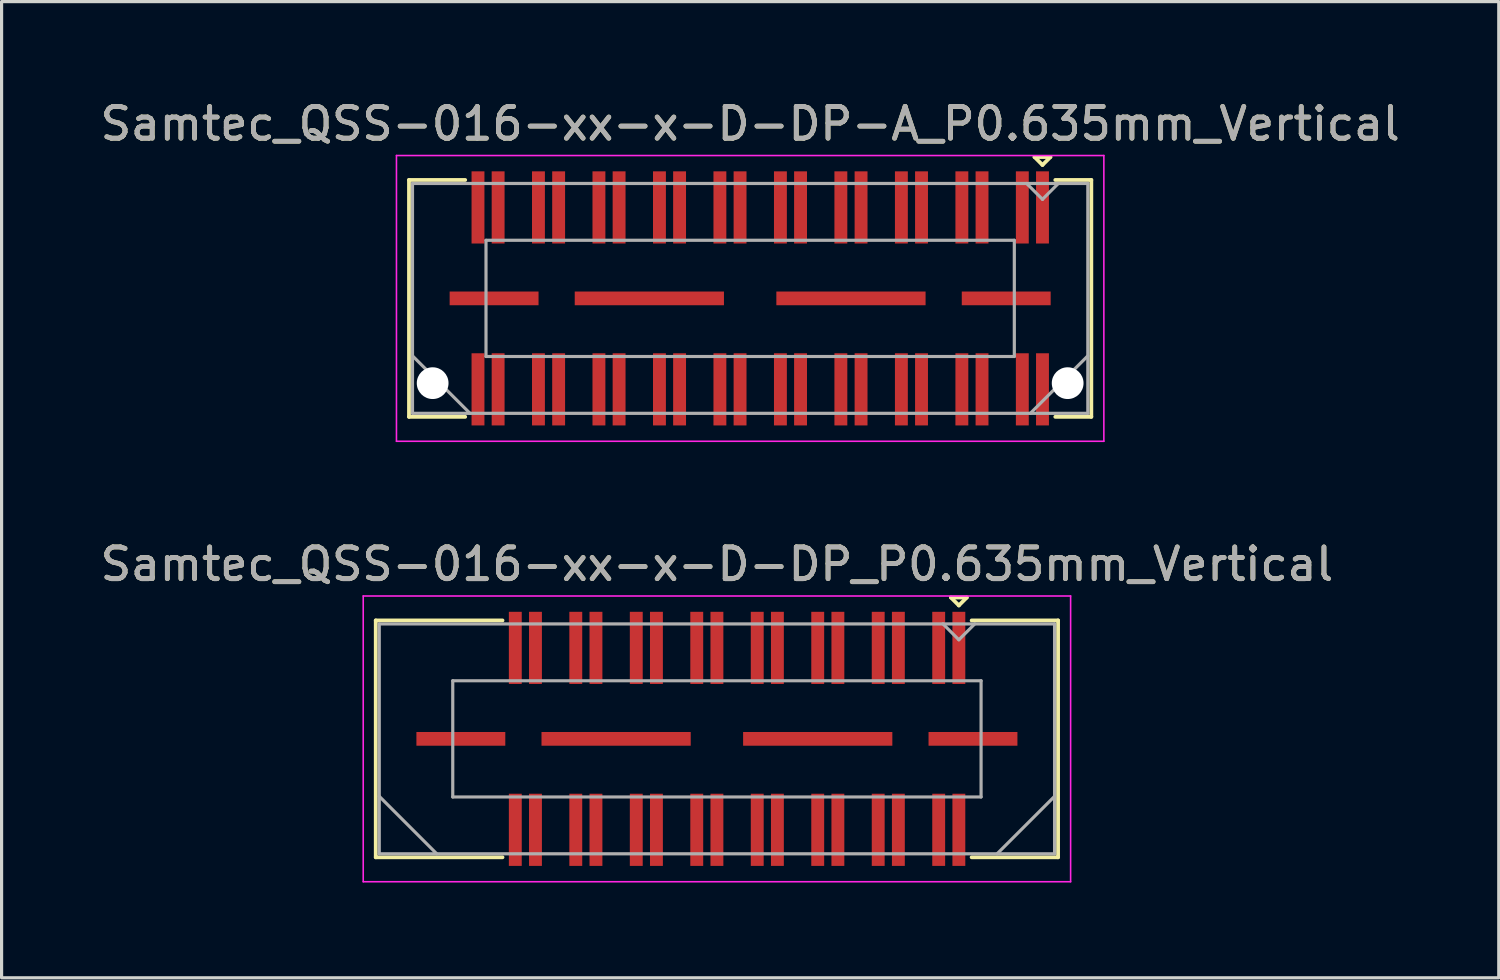
<source format=kicad_pcb>
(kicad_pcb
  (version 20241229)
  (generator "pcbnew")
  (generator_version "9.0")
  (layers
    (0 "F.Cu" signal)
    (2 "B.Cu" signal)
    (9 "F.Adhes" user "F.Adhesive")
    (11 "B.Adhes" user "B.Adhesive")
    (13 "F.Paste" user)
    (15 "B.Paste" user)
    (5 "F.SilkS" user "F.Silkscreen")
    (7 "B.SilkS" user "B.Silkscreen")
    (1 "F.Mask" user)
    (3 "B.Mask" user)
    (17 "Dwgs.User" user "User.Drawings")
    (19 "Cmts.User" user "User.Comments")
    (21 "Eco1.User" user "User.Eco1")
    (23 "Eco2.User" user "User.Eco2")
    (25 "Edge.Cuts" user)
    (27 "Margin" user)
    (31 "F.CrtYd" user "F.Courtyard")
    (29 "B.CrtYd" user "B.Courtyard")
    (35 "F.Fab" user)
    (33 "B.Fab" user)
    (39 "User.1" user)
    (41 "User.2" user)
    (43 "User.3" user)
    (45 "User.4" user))
  (footprint "Samtec_QSS-016-xx-x-D-DP_P0.635mm_Vertical"
    (layer "F.Cu")
    (at 19.53 20.221)
    (property "Reference" "Samtec_QSS-016-xx-x-D-DP_P0.635mm_Vertical" (at 0 -5.5 0) (layer "F.SilkS") (effects (font (size 1 1) (thickness 0.15))))
    (attr smd)
    (fp_line (start -10.745 -3.73) (end -6.753 -3.73) (stroke (width 0.12) (type solid)) (layer "F.SilkS"))
    (fp_line (start -10.745 3.73) (end -10.745 -3.73) (stroke (width 0.12) (type solid)) (layer "F.SilkS"))
    (fp_line (start -6.753 3.73) (end -10.745 3.73) (stroke (width 0.12) (type solid)) (layer "F.SilkS"))
    (fp_line (start 7.37 -4.452) (end 7.87 -4.452) (stroke (width 0.12) (type solid)) (layer "F.SilkS"))
    (fp_line (start 7.62 -4.202) (end 7.37 -4.452) (stroke (width 0.12) (type solid)) (layer "F.SilkS"))
    (fp_line (start 7.87 -4.452) (end 7.62 -4.202) (stroke (width 0.12) (type solid)) (layer "F.SilkS"))
    (fp_line (start 8.023 3.73) (end 10.745 3.73) (stroke (width 0.12) (type solid)) (layer "F.SilkS"))
    (fp_line (start 10.745 -3.73) (end 8.023 -3.73) (stroke (width 0.12) (type solid)) (layer "F.SilkS"))
    (fp_line (start 10.745 3.73) (end 10.745 -3.73) (stroke (width 0.12) (type solid)) (layer "F.SilkS"))
    (fp_line (start -11.14 -4.5) (end -11.14 4.5) (stroke (width 0.05) (type solid)) (layer "F.CrtYd"))
    (fp_line (start -11.14 4.5) (end 11.14 4.5) (stroke (width 0.05) (type solid)) (layer "F.CrtYd"))
    (fp_line (start 11.14 -4.5) (end -11.14 -4.5) (stroke (width 0.05) (type solid)) (layer "F.CrtYd"))
    (fp_line (start 11.14 4.5) (end 11.14 -4.5) (stroke (width 0.05) (type solid)) (layer "F.CrtYd"))
    (fp_line (start -10.635 -3.62) (end -10.635 3.62) (stroke (width 0.1) (type solid)) (layer "F.Fab"))
    (fp_line (start -10.635 1.81) (end -8.825 3.62) (stroke (width 0.1) (type solid)) (layer "F.Fab"))
    (fp_line (start -10.635 3.62) (end 10.635 3.62) (stroke (width 0.1) (type solid)) (layer "F.Fab"))
    (fp_line (start -8.32 -1.83) (end -8.32 1.83) (stroke (width 0.1) (type solid)) (layer "F.Fab"))
    (fp_line (start -8.32 1.83) (end 8.32 1.83) (stroke (width 0.1) (type solid)) (layer "F.Fab"))
    (fp_line (start 7.62 -3.12) (end 7.12 -3.62) (stroke (width 0.1) (type solid)) (layer "F.Fab"))
    (fp_line (start 8.12 -3.62) (end 7.62 -3.12) (stroke (width 0.1) (type solid)) (layer "F.Fab"))
    (fp_line (start 8.32 -1.83) (end -8.32 -1.83) (stroke (width 0.1) (type solid)) (layer "F.Fab"))
    (fp_line (start 8.32 1.83) (end 8.32 -1.83) (stroke (width 0.1) (type solid)) (layer "F.Fab"))
    (fp_line (start 10.635 -3.62) (end -10.635 -3.62) (stroke (width 0.1) (type solid)) (layer "F.Fab"))
    (fp_line (start 10.635 1.81) (end 8.825 3.62) (stroke (width 0.1) (type solid)) (layer "F.Fab"))
    (fp_line (start 10.635 3.62) (end 10.635 -3.62) (stroke (width 0.1) (type solid)) (layer "F.Fab"))
    (fp_text user "${REFERENCE}" (at 0 -5.5 0) (layer "F.Fab") (effects (font (size 1 1) (thickness 0.15))))
    (pad "1" smd rect (at 7.62 -2.865) (size 0.406 2.273) (layers "F.Cu" "F.Mask" "F.Paste"))
    (pad "2" smd rect (at 7.62 2.865) (size 0.406 2.273) (layers "F.Cu" "F.Mask" "F.Paste"))
    (pad "3" smd rect (at 6.985 -2.865) (size 0.406 2.273) (layers "F.Cu" "F.Mask" "F.Paste"))
    (pad "4" smd rect (at 6.985 2.865) (size 0.406 2.273) (layers "F.Cu" "F.Mask" "F.Paste"))
    (pad "5" smd rect (at 5.715 -2.865) (size 0.406 2.273) (layers "F.Cu" "F.Mask" "F.Paste"))
    (pad "6" smd rect (at 5.715 2.865) (size 0.406 2.273) (layers "F.Cu" "F.Mask" "F.Paste"))
    (pad "7" smd rect (at 5.08 -2.865) (size 0.406 2.273) (layers "F.Cu" "F.Mask" "F.Paste"))
    (pad "8" smd rect (at 5.08 2.865) (size 0.406 2.273) (layers "F.Cu" "F.Mask" "F.Paste"))
    (pad "9" smd rect (at 3.81 -2.865) (size 0.406 2.273) (layers "F.Cu" "F.Mask" "F.Paste"))
    (pad "10" smd rect (at 3.81 2.865) (size 0.406 2.273) (layers "F.Cu" "F.Mask" "F.Paste"))
    (pad "11" smd rect (at 3.175 -2.865) (size 0.406 2.273) (layers "F.Cu" "F.Mask" "F.Paste"))
    (pad "12" smd rect (at 3.175 2.865) (size 0.406 2.273) (layers "F.Cu" "F.Mask" "F.Paste"))
    (pad "13" smd rect (at 1.905 -2.865) (size 0.406 2.273) (layers "F.Cu" "F.Mask" "F.Paste"))
    (pad "14" smd rect (at 1.905 2.865) (size 0.406 2.273) (layers "F.Cu" "F.Mask" "F.Paste"))
    (pad "15" smd rect (at 1.27 -2.865) (size 0.406 2.273) (layers "F.Cu" "F.Mask" "F.Paste"))
    (pad "16" smd rect (at 1.27 2.865) (size 0.406 2.273) (layers "F.Cu" "F.Mask" "F.Paste"))
    (pad "17" smd rect (at 0 -2.865) (size 0.406 2.273) (layers "F.Cu" "F.Mask" "F.Paste"))
    (pad "18" smd rect (at 0 2.865) (size 0.406 2.273) (layers "F.Cu" "F.Mask" "F.Paste"))
    (pad "19" smd rect (at -0.635 -2.865) (size 0.406 2.273) (layers "F.Cu" "F.Mask" "F.Paste"))
    (pad "20" smd rect (at -0.635 2.865) (size 0.406 2.273) (layers "F.Cu" "F.Mask" "F.Paste"))
    (pad "21" smd rect (at -1.905 -2.865) (size 0.406 2.273) (layers "F.Cu" "F.Mask" "F.Paste"))
    (pad "22" smd rect (at -1.905 2.865) (size 0.406 2.273) (layers "F.Cu" "F.Mask" "F.Paste"))
    (pad "23" smd rect (at -2.54 -2.865) (size 0.406 2.273) (layers "F.Cu" "F.Mask" "F.Paste"))
    (pad "24" smd rect (at -2.54 2.865) (size 0.406 2.273) (layers "F.Cu" "F.Mask" "F.Paste"))
    (pad "25" smd rect (at -3.81 -2.865) (size 0.406 2.273) (layers "F.Cu" "F.Mask" "F.Paste"))
    (pad "26" smd rect (at -3.81 2.865) (size 0.406 2.273) (layers "F.Cu" "F.Mask" "F.Paste"))
    (pad "27" smd rect (at -4.445 -2.865) (size 0.406 2.273) (layers "F.Cu" "F.Mask" "F.Paste"))
    (pad "28" smd rect (at -4.445 2.865) (size 0.406 2.273) (layers "F.Cu" "F.Mask" "F.Paste"))
    (pad "29" smd rect (at -5.715 -2.865) (size 0.406 2.273) (layers "F.Cu" "F.Mask" "F.Paste"))
    (pad "30" smd rect (at -5.715 2.865) (size 0.406 2.273) (layers "F.Cu" "F.Mask" "F.Paste"))
    (pad "31" smd rect (at -6.35 -2.865) (size 0.406 2.273) (layers "F.Cu" "F.Mask" "F.Paste"))
    (pad "32" smd rect (at -6.35 2.865) (size 0.406 2.273) (layers "F.Cu" "F.Mask" "F.Paste"))
    (pad "P1" smd rect (at -8.065 0) (size 2.8 0.432) (layers "F.Cu" "F.Mask" "F.Paste"))
    (pad "P1" smd rect (at -3.175 0) (size 4.7 0.432) (layers "F.Cu" "F.Mask" "F.Paste"))
    (pad "P1" smd rect (at 3.175 0) (size 4.7 0.432) (layers "F.Cu" "F.Mask" "F.Paste"))
    (pad "P1" smd rect (at 8.065 0) (size 2.8 0.432) (layers "F.Cu" "F.Mask" "F.Paste")))
  (footprint "Samtec_QSS-016-xx-x-D-DP-A_P0.635mm_Vertical"
    (layer "F.Cu")
    (at 20.577 6.348)
    (property "Reference" "Samtec_QSS-016-xx-x-D-DP-A_P0.635mm_Vertical" (at 0 -5.5 0) (layer "F.SilkS") (effects (font (size 1 1) (thickness 0.15))))
    (attr smd)
    (fp_line (start -10.745 -3.73) (end -8.976 -3.73) (stroke (width 0.12) (type solid)) (layer "F.SilkS"))
    (fp_line (start -10.745 3.73) (end -10.745 -3.73) (stroke (width 0.12) (type solid)) (layer "F.SilkS"))
    (fp_line (start -8.976 3.73) (end -10.745 3.73) (stroke (width 0.12) (type solid)) (layer "F.SilkS"))
    (fp_line (start 8.957 -4.452) (end 9.457 -4.452) (stroke (width 0.12) (type solid)) (layer "F.SilkS"))
    (fp_line (start 9.207 -4.202) (end 8.957 -4.452) (stroke (width 0.12) (type solid)) (layer "F.SilkS"))
    (fp_line (start 9.457 -4.452) (end 9.207 -4.202) (stroke (width 0.12) (type solid)) (layer "F.SilkS"))
    (fp_line (start 9.611 3.73) (end 10.745 3.73) (stroke (width 0.12) (type solid)) (layer "F.SilkS"))
    (fp_line (start 10.745 -3.73) (end 9.611 -3.73) (stroke (width 0.12) (type solid)) (layer "F.SilkS"))
    (fp_line (start 10.745 3.73) (end 10.745 -3.73) (stroke (width 0.12) (type solid)) (layer "F.SilkS"))
    (fp_line (start -11.14 -4.5) (end -11.14 4.5) (stroke (width 0.05) (type solid)) (layer "F.CrtYd"))
    (fp_line (start -11.14 4.5) (end 11.14 4.5) (stroke (width 0.05) (type solid)) (layer "F.CrtYd"))
    (fp_line (start 11.14 -4.5) (end -11.14 -4.5) (stroke (width 0.05) (type solid)) (layer "F.CrtYd"))
    (fp_line (start 11.14 4.5) (end 11.14 -4.5) (stroke (width 0.05) (type solid)) (layer "F.CrtYd"))
    (fp_line (start -10.635 -3.62) (end -10.635 3.62) (stroke (width 0.1) (type solid)) (layer "F.Fab"))
    (fp_line (start -10.635 1.81) (end -8.825 3.62) (stroke (width 0.1) (type solid)) (layer "F.Fab"))
    (fp_line (start -10.635 3.62) (end 10.635 3.62) (stroke (width 0.1) (type solid)) (layer "F.Fab"))
    (fp_line (start -8.32 -1.83) (end -8.32 1.83) (stroke (width 0.1) (type solid)) (layer "F.Fab"))
    (fp_line (start -8.32 1.83) (end 8.32 1.83) (stroke (width 0.1) (type solid)) (layer "F.Fab"))
    (fp_line (start 8.32 -1.83) (end -8.32 -1.83) (stroke (width 0.1) (type solid)) (layer "F.Fab"))
    (fp_line (start 8.32 1.83) (end 8.32 -1.83) (stroke (width 0.1) (type solid)) (layer "F.Fab"))
    (fp_line (start 9.207 -3.12) (end 8.707 -3.62) (stroke (width 0.1) (type solid)) (layer "F.Fab"))
    (fp_line (start 9.707 -3.62) (end 9.207 -3.12) (stroke (width 0.1) (type solid)) (layer "F.Fab"))
    (fp_line (start 10.635 -3.62) (end -10.635 -3.62) (stroke (width 0.1) (type solid)) (layer "F.Fab"))
    (fp_line (start 10.635 1.81) (end 8.825 3.62) (stroke (width 0.1) (type solid)) (layer "F.Fab"))
    (fp_line (start 10.635 3.62) (end 10.635 -3.62) (stroke (width 0.1) (type solid)) (layer "F.Fab"))
    (fp_text user "${REFERENCE}" (at 0 -5.5 0) (layer "F.Fab") (effects (font (size 1 1) (thickness 0.15))))
    (pad "" np_thru_hole circle (at -10 2.67) (size 1 1) (drill 1) (layers "*.Cu" "*.Mask"))
    (pad "" np_thru_hole circle (at 10 2.67) (size 1 1) (drill 1) (layers "*.Cu" "*.Mask"))
    (pad "1" smd rect (at 9.207 -2.865) (size 0.406 2.273) (layers "F.Cu" "F.Mask" "F.Paste"))
    (pad "2" smd rect (at 9.207 2.865) (size 0.406 2.273) (layers "F.Cu" "F.Mask" "F.Paste"))
    (pad "3" smd rect (at 8.572 -2.865) (size 0.406 2.273) (layers "F.Cu" "F.Mask" "F.Paste"))
    (pad "4" smd rect (at 8.572 2.865) (size 0.406 2.273) (layers "F.Cu" "F.Mask" "F.Paste"))
    (pad "5" smd rect (at 7.303 -2.865) (size 0.406 2.273) (layers "F.Cu" "F.Mask" "F.Paste"))
    (pad "6" smd rect (at 7.303 2.865) (size 0.406 2.273) (layers "F.Cu" "F.Mask" "F.Paste"))
    (pad "7" smd rect (at 6.668 -2.865) (size 0.406 2.273) (layers "F.Cu" "F.Mask" "F.Paste"))
    (pad "8" smd rect (at 6.668 2.865) (size 0.406 2.273) (layers "F.Cu" "F.Mask" "F.Paste"))
    (pad "9" smd rect (at 5.397 -2.865) (size 0.406 2.273) (layers "F.Cu" "F.Mask" "F.Paste"))
    (pad "10" smd rect (at 5.397 2.865) (size 0.406 2.273) (layers "F.Cu" "F.Mask" "F.Paste"))
    (pad "11" smd rect (at 4.763 -2.865) (size 0.406 2.273) (layers "F.Cu" "F.Mask" "F.Paste"))
    (pad "12" smd rect (at 4.763 2.865) (size 0.406 2.273) (layers "F.Cu" "F.Mask" "F.Paste"))
    (pad "13" smd rect (at 3.493 -2.865) (size 0.406 2.273) (layers "F.Cu" "F.Mask" "F.Paste"))
    (pad "14" smd rect (at 3.493 2.865) (size 0.406 2.273) (layers "F.Cu" "F.Mask" "F.Paste"))
    (pad "15" smd rect (at 2.857 -2.865) (size 0.406 2.273) (layers "F.Cu" "F.Mask" "F.Paste"))
    (pad "16" smd rect (at 2.857 2.865) (size 0.406 2.273) (layers "F.Cu" "F.Mask" "F.Paste"))
    (pad "17" smd rect (at 1.587 -2.865) (size 0.406 2.273) (layers "F.Cu" "F.Mask" "F.Paste"))
    (pad "18" smd rect (at 1.587 2.865) (size 0.406 2.273) (layers "F.Cu" "F.Mask" "F.Paste"))
    (pad "19" smd rect (at 0.953 -2.865) (size 0.406 2.273) (layers "F.Cu" "F.Mask" "F.Paste"))
    (pad "20" smd rect (at 0.953 2.865) (size 0.406 2.273) (layers "F.Cu" "F.Mask" "F.Paste"))
    (pad "21" smd rect (at -0.318 -2.865) (size 0.406 2.273) (layers "F.Cu" "F.Mask" "F.Paste"))
    (pad "22" smd rect (at -0.318 2.865) (size 0.406 2.273) (layers "F.Cu" "F.Mask" "F.Paste"))
    (pad "23" smd rect (at -0.953 -2.865) (size 0.406 2.273) (layers "F.Cu" "F.Mask" "F.Paste"))
    (pad "24" smd rect (at -0.953 2.865) (size 0.406 2.273) (layers "F.Cu" "F.Mask" "F.Paste"))
    (pad "25" smd rect (at -2.223 -2.865) (size 0.406 2.273) (layers "F.Cu" "F.Mask" "F.Paste"))
    (pad "26" smd rect (at -2.223 2.865) (size 0.406 2.273) (layers "F.Cu" "F.Mask" "F.Paste"))
    (pad "27" smd rect (at -2.857 -2.865) (size 0.406 2.273) (layers "F.Cu" "F.Mask" "F.Paste"))
    (pad "28" smd rect (at -2.857 2.865) (size 0.406 2.273) (layers "F.Cu" "F.Mask" "F.Paste"))
    (pad "29" smd rect (at -4.128 -2.865) (size 0.406 2.273) (layers "F.Cu" "F.Mask" "F.Paste"))
    (pad "30" smd rect (at -4.128 2.865) (size 0.406 2.273) (layers "F.Cu" "F.Mask" "F.Paste"))
    (pad "31" smd rect (at -4.763 -2.865) (size 0.406 2.273) (layers "F.Cu" "F.Mask" "F.Paste"))
    (pad "32" smd rect (at -4.763 2.865) (size 0.406 2.273) (layers "F.Cu" "F.Mask" "F.Paste"))
    (pad "33" smd rect (at -6.032 -2.865) (size 0.406 2.273) (layers "F.Cu" "F.Mask" "F.Paste"))
    (pad "34" smd rect (at -6.032 2.865) (size 0.406 2.273) (layers "F.Cu" "F.Mask" "F.Paste"))
    (pad "35" smd rect (at -6.668 -2.865) (size 0.406 2.273) (layers "F.Cu" "F.Mask" "F.Paste"))
    (pad "36" smd rect (at -6.668 2.865) (size 0.406 2.273) (layers "F.Cu" "F.Mask" "F.Paste"))
    (pad "37" smd rect (at -7.938 -2.865) (size 0.406 2.273) (layers "F.Cu" "F.Mask" "F.Paste"))
    (pad "38" smd rect (at -7.938 2.865) (size 0.406 2.273) (layers "F.Cu" "F.Mask" "F.Paste"))
    (pad "39" smd rect (at -8.572 -2.865) (size 0.406 2.273) (layers "F.Cu" "F.Mask" "F.Paste"))
    (pad "40" smd rect (at -8.572 2.865) (size 0.406 2.273) (layers "F.Cu" "F.Mask" "F.Paste"))
    (pad "P1" smd rect (at -8.065 0) (size 2.8 0.432) (layers "F.Cu" "F.Mask" "F.Paste"))
    (pad "P1" smd rect (at -3.175 0) (size 4.7 0.432) (layers "F.Cu" "F.Mask" "F.Paste"))
    (pad "P1" smd rect (at 3.175 0) (size 4.7 0.432) (layers "F.Cu" "F.Mask" "F.Paste"))
    (pad "P1" smd rect (at 8.065 0) (size 2.8 0.432) (layers "F.Cu" "F.Mask" "F.Paste")))
  (gr_rect
    (start -3 -3)
    (end 44.155 27.747)
    (stroke (width 0.1) (type default))
    (fill no)
    (layer "Edge.Cuts")))
</source>
